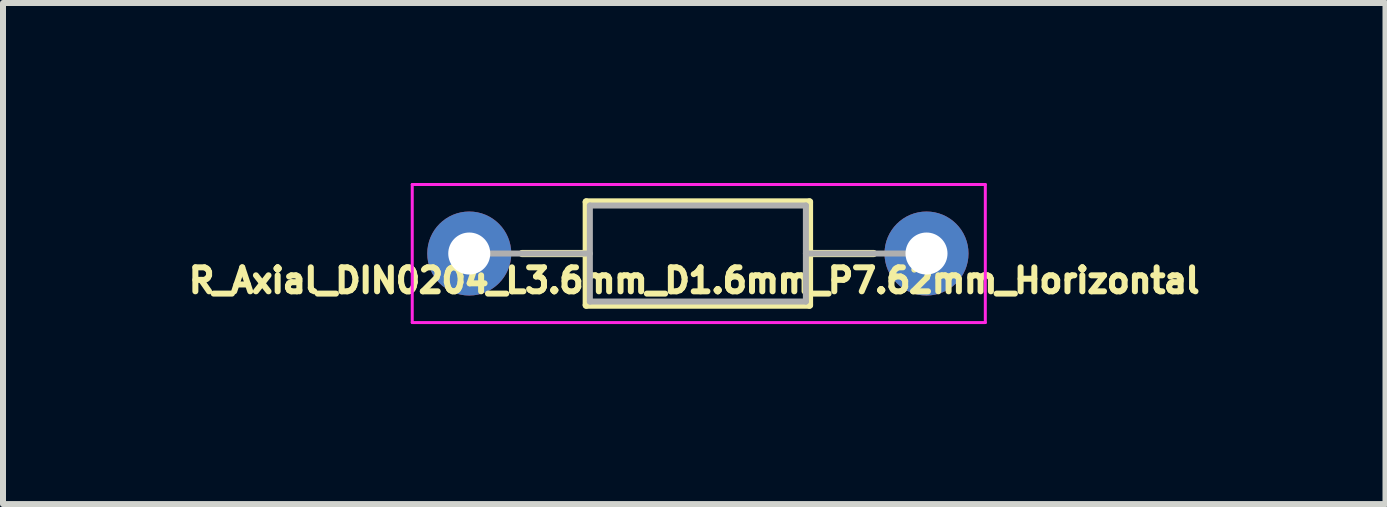
<source format=kicad_pcb>
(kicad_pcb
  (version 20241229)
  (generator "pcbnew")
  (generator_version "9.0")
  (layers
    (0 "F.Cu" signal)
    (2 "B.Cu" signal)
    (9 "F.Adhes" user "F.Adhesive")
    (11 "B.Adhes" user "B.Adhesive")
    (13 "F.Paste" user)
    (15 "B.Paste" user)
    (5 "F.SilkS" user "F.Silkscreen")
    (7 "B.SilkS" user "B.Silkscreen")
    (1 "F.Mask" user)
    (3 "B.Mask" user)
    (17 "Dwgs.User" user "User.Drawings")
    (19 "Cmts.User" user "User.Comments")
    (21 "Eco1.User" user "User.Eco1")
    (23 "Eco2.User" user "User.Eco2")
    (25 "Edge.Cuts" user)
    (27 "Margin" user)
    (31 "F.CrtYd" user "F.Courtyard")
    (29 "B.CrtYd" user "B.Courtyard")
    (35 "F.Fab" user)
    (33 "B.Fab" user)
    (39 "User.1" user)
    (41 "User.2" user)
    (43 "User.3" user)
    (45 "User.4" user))
  (footprint "R_Axial_DIN0204_L3.6mm_D1.6mm_P7.62mm_Horizontal"
    (layer "F.Cu")
    (at 4.77 1.175)
    (property "Reference" "R_Axial_DIN0204_L3.6mm_D1.6mm_P7.62mm_Horizontal" (at 3.75 0.45 0) (layer "F.SilkS") (effects (font (size 0.4 0.4) (thickness 0.1))))
    (attr through_hole)
    (fp_line (start 0.88 0) (end 1.95 0) (stroke (width 0.12) (type solid)) (layer "F.SilkS"))
    (fp_line (start 1.95 -0.86) (end 1.95 0.86) (stroke (width 0.12) (type solid)) (layer "F.SilkS"))
    (fp_line (start 1.95 0.86) (end 5.67 0.86) (stroke (width 0.12) (type solid)) (layer "F.SilkS"))
    (fp_line (start 5.67 -0.86) (end 1.95 -0.86) (stroke (width 0.12) (type solid)) (layer "F.SilkS"))
    (fp_line (start 5.67 0.86) (end 5.67 -0.86) (stroke (width 0.12) (type solid)) (layer "F.SilkS"))
    (fp_line (start 6.74 0) (end 5.67 0) (stroke (width 0.12) (type solid)) (layer "F.SilkS"))
    (fp_line (start -0.95 -1.15) (end -0.95 1.15) (stroke (width 0.05) (type solid)) (layer "F.CrtYd"))
    (fp_line (start -0.95 1.15) (end 8.6 1.15) (stroke (width 0.05) (type solid)) (layer "F.CrtYd"))
    (fp_line (start 8.6 -1.15) (end -0.95 -1.15) (stroke (width 0.05) (type solid)) (layer "F.CrtYd"))
    (fp_line (start 8.6 1.15) (end 8.6 -1.15) (stroke (width 0.05) (type solid)) (layer "F.CrtYd"))
    (fp_line (start 0 0) (end 2.01 0) (stroke (width 0.1) (type solid)) (layer "F.Fab"))
    (fp_line (start 2.01 -0.8) (end 2.01 0.8) (stroke (width 0.1) (type solid)) (layer "F.Fab"))
    (fp_line (start 2.01 0.8) (end 5.61 0.8) (stroke (width 0.1) (type solid)) (layer "F.Fab"))
    (fp_line (start 5.61 -0.8) (end 2.01 -0.8) (stroke (width 0.1) (type solid)) (layer "F.Fab"))
    (fp_line (start 5.61 0.8) (end 5.61 -0.8) (stroke (width 0.1) (type solid)) (layer "F.Fab"))
    (fp_line (start 7.62 0) (end 5.61 0) (stroke (width 0.1) (type solid)) (layer "F.Fab"))
    (pad "1" thru_hole circle (at 0 0) (size 1.4 1.4) (drill 0.7) (layers "*.Cu" "*.Mask"))
    (pad "2" thru_hole oval (at 7.62 0) (size 1.4 1.4) (drill 0.7) (layers "*.Cu" "*.Mask")))
  (gr_rect
    (start -3 -3)
    (end 20.039 5.35)
    (stroke (width 0.1) (type default))
    (fill no)
    (layer "Edge.Cuts")))
</source>
